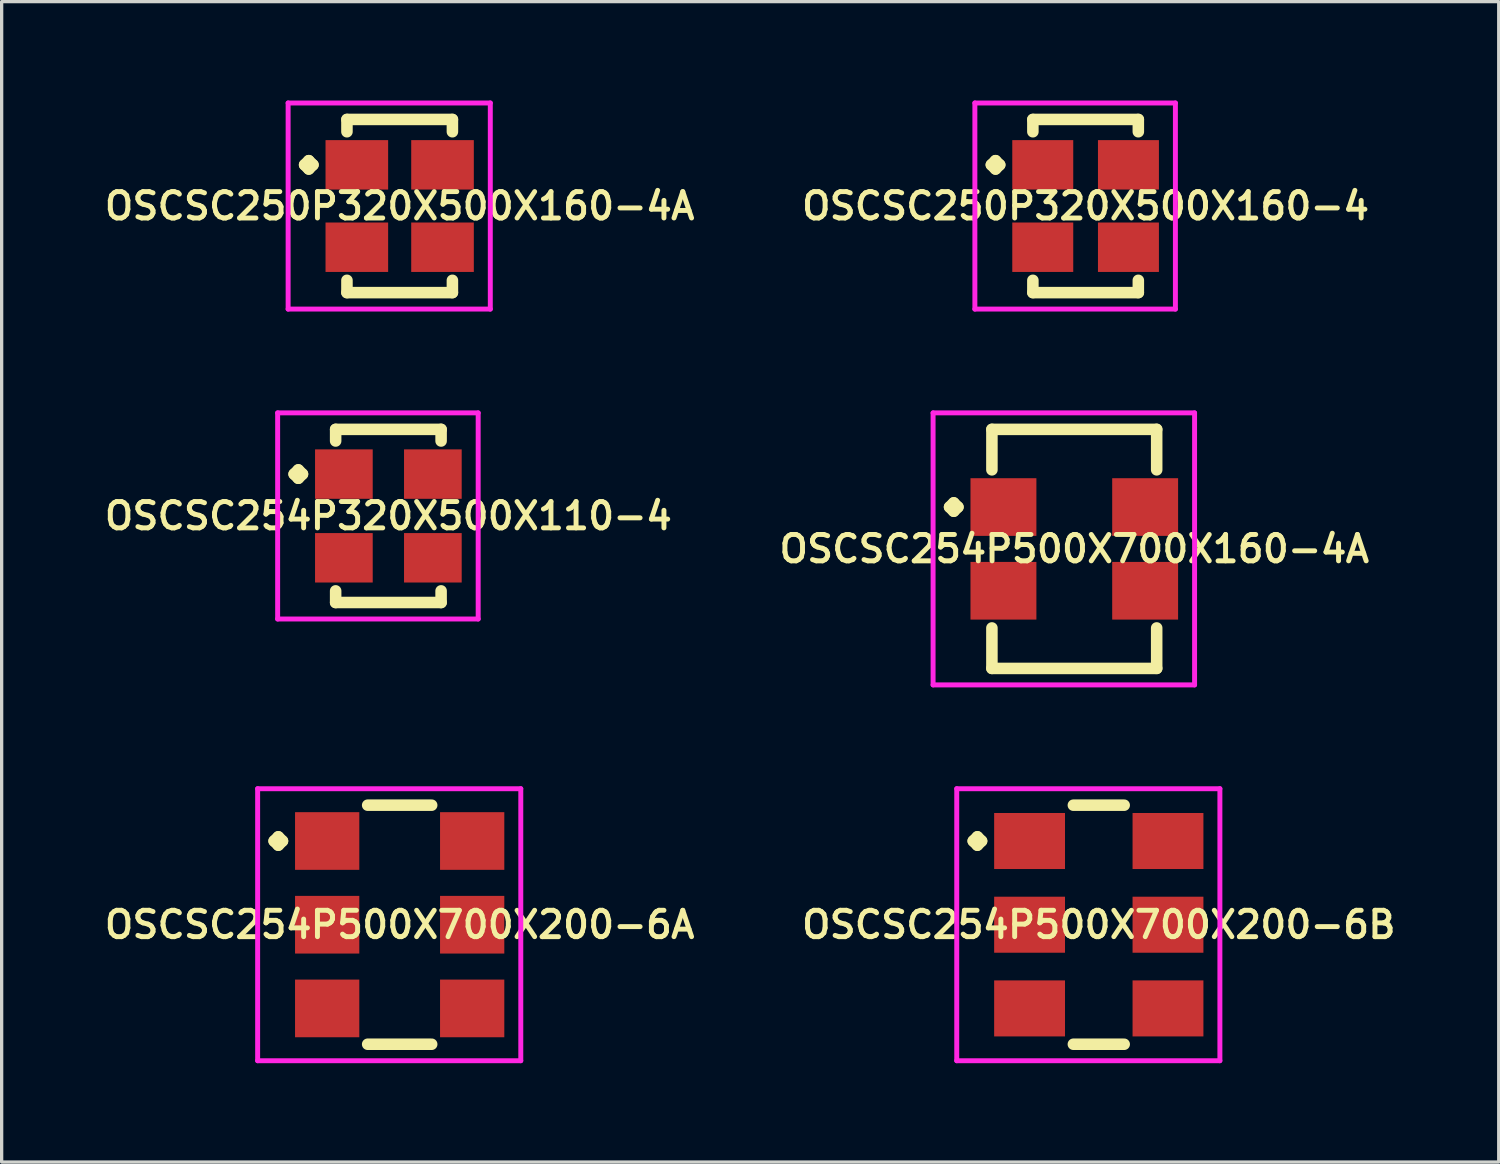
<source format=kicad_pcb>
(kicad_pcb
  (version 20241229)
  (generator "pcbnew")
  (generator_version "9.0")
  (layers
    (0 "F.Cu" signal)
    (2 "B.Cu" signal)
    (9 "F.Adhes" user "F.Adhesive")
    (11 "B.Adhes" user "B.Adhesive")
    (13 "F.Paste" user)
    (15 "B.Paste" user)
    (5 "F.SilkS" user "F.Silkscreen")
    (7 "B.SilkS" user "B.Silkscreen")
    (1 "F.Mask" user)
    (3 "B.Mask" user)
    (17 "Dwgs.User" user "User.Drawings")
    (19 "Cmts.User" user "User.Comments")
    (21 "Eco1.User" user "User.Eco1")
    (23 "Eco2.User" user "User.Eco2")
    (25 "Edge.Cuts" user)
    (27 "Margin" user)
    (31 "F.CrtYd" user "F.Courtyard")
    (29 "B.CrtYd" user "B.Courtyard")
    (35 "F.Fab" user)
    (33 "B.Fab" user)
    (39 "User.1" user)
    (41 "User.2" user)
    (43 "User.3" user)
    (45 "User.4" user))
  (footprint "OSCSC250P320X500X160-4"
    (layer "F.Cu")
    (at 29.892 3.202)
    (property "Reference" "OSCSC250P320X500X160-4" (at 0 0 0) (layer "F.SilkS") (effects (font (size 0.8 0.8) (thickness 0.15))))
    (attr smd)
    (fp_line (start -2.86 -1.25) (end -2.733 -1.377) (stroke (width 0.35) (type solid)) (layer "F.SilkS"))
    (fp_line (start -2.733 -1.377) (end -2.606 -1.25) (stroke (width 0.35) (type solid)) (layer "F.SilkS"))
    (fp_line (start -2.733 -1.123) (end -2.86 -1.25) (stroke (width 0.35) (type solid)) (layer "F.SilkS"))
    (fp_line (start -2.606 -1.25) (end -2.733 -1.123) (stroke (width 0.35) (type solid)) (layer "F.SilkS"))
    (fp_line (start -1.6 -2.627) (end 1.6 -2.627) (stroke (width 0.35) (type solid)) (layer "F.SilkS"))
    (fp_line (start -1.6 -2.254) (end -1.6 -2.627) (stroke (width 0.35) (type solid)) (layer "F.SilkS"))
    (fp_line (start -1.6 2.254) (end -1.6 2.627) (stroke (width 0.35) (type solid)) (layer "F.SilkS"))
    (fp_line (start -1.6 2.627) (end 1.6 2.627) (stroke (width 0.35) (type solid)) (layer "F.SilkS"))
    (fp_line (start 1.6 -2.627) (end 1.6 -2.254) (stroke (width 0.35) (type solid)) (layer "F.SilkS"))
    (fp_line (start 1.6 2.627) (end 1.6 2.254) (stroke (width 0.35) (type solid)) (layer "F.SilkS"))
    (fp_line (start -3.36 -3.127) (end 2.725 -3.127) (stroke (width 0.15) (type solid)) (layer "F.CrtYd"))
    (fp_line (start -3.36 3.127) (end -3.36 -3.127) (stroke (width 0.15) (type solid)) (layer "F.CrtYd"))
    (fp_line (start 2.725 -3.127) (end 2.725 3.127) (stroke (width 0.15) (type solid)) (layer "F.CrtYd"))
    (fp_line (start 2.725 3.127) (end -3.36 3.127) (stroke (width 0.15) (type solid)) (layer "F.CrtYd"))
    (pad "1" smd rect (at -1.3 -1.25) (size 1.85 1.5) (layers "F.Cu" "F.Mask" "F.Paste"))
    (pad "2" smd rect (at -1.3 1.25) (size 1.85 1.5) (layers "F.Cu" "F.Mask" "F.Paste"))
    (pad "3" smd rect (at 1.3 1.25) (size 1.85 1.5) (layers "F.Cu" "F.Mask" "F.Paste"))
    (pad "4" smd rect (at 1.3 -1.25) (size 1.85 1.5) (layers "F.Cu" "F.Mask" "F.Paste")))
  (footprint "OSCSC254P500X700X200-6A"
    (layer "F.Cu")
    (at 9.078 25.01)
    (property "Reference" "OSCSC254P500X700X200-6A" (at 0 0 0) (layer "F.SilkS") (effects (font (size 0.8 0.8) (thickness 0.15))))
    (attr smd)
    (fp_line (start -3.81 -2.54) (end -3.683 -2.667) (stroke (width 0.35) (type solid)) (layer "F.SilkS"))
    (fp_line (start -3.683 -2.667) (end -3.556 -2.54) (stroke (width 0.35) (type solid)) (layer "F.SilkS"))
    (fp_line (start -3.683 -2.413) (end -3.81 -2.54) (stroke (width 0.35) (type solid)) (layer "F.SilkS"))
    (fp_line (start -3.556 -2.54) (end -3.683 -2.413) (stroke (width 0.35) (type solid)) (layer "F.SilkS"))
    (fp_line (start -0.971 -3.627) (end 0.971 -3.627) (stroke (width 0.35) (type solid)) (layer "F.SilkS"))
    (fp_line (start -0.971 3.627) (end 0.971 3.627) (stroke (width 0.35) (type solid)) (layer "F.SilkS"))
    (fp_line (start -4.31 -4.127) (end 3.675 -4.127) (stroke (width 0.15) (type solid)) (layer "F.CrtYd"))
    (fp_line (start -4.31 4.127) (end -4.31 -4.127) (stroke (width 0.15) (type solid)) (layer "F.CrtYd"))
    (fp_line (start 3.675 -4.127) (end 3.675 4.127) (stroke (width 0.15) (type solid)) (layer "F.CrtYd"))
    (fp_line (start 3.675 4.127) (end -4.31 4.127) (stroke (width 0.15) (type solid)) (layer "F.CrtYd"))
    (pad "1" smd rect (at -2.2 -2.54) (size 1.95 1.75) (layers "F.Cu" "F.Mask" "F.Paste"))
    (pad "2" smd rect (at -2.2 0) (size 1.95 1.75) (layers "F.Cu" "F.Mask" "F.Paste"))
    (pad "3" smd rect (at -2.2 2.54) (size 1.95 1.75) (layers "F.Cu" "F.Mask" "F.Paste"))
    (pad "4" smd rect (at 2.2 2.54) (size 1.95 1.75) (layers "F.Cu" "F.Mask" "F.Paste"))
    (pad "5" smd rect (at 2.2 0) (size 1.95 1.75) (layers "F.Cu" "F.Mask" "F.Paste"))
    (pad "6" smd rect (at 2.2 -2.54) (size 1.95 1.75) (layers "F.Cu" "F.Mask" "F.Paste")))
  (footprint "OSCSC254P320X500X110-4"
    (layer "F.Cu")
    (at 8.735 12.606)
    (property "Reference" "OSCSC254P320X500X110-4" (at 0 0 0) (layer "F.SilkS") (effects (font (size 0.8 0.8) (thickness 0.15))))
    (attr smd)
    (fp_line (start -2.86 -1.27) (end -2.733 -1.397) (stroke (width 0.35) (type solid)) (layer "F.SilkS"))
    (fp_line (start -2.733 -1.397) (end -2.606 -1.27) (stroke (width 0.35) (type solid)) (layer "F.SilkS"))
    (fp_line (start -2.733 -1.143) (end -2.86 -1.27) (stroke (width 0.35) (type solid)) (layer "F.SilkS"))
    (fp_line (start -2.606 -1.27) (end -2.733 -1.143) (stroke (width 0.35) (type solid)) (layer "F.SilkS"))
    (fp_line (start -1.6 -2.627) (end 1.6 -2.627) (stroke (width 0.35) (type solid)) (layer "F.SilkS"))
    (fp_line (start -1.6 -2.274) (end -1.6 -2.627) (stroke (width 0.35) (type solid)) (layer "F.SilkS"))
    (fp_line (start -1.6 2.274) (end -1.6 2.627) (stroke (width 0.35) (type solid)) (layer "F.SilkS"))
    (fp_line (start -1.6 2.627) (end 1.6 2.627) (stroke (width 0.35) (type solid)) (layer "F.SilkS"))
    (fp_line (start 1.6 -2.627) (end 1.6 -2.274) (stroke (width 0.35) (type solid)) (layer "F.SilkS"))
    (fp_line (start 1.6 2.627) (end 1.6 2.274) (stroke (width 0.35) (type solid)) (layer "F.SilkS"))
    (fp_line (start -3.36 -3.127) (end 2.725 -3.127) (stroke (width 0.15) (type solid)) (layer "F.CrtYd"))
    (fp_line (start -3.36 3.127) (end -3.36 -3.127) (stroke (width 0.15) (type solid)) (layer "F.CrtYd"))
    (fp_line (start 2.725 -3.127) (end 2.725 3.127) (stroke (width 0.15) (type solid)) (layer "F.CrtYd"))
    (fp_line (start 2.725 3.127) (end -3.36 3.127) (stroke (width 0.15) (type solid)) (layer "F.CrtYd"))
    (pad "1" smd rect (at -1.35 -1.27) (size 1.75 1.5) (layers "F.Cu" "F.Mask" "F.Paste"))
    (pad "2" smd rect (at -1.35 1.27) (size 1.75 1.5) (layers "F.Cu" "F.Mask" "F.Paste"))
    (pad "3" smd rect (at 1.35 1.27) (size 1.75 1.5) (layers "F.Cu" "F.Mask" "F.Paste"))
    (pad "4" smd rect (at 1.35 -1.27) (size 1.75 1.5) (layers "F.Cu" "F.Mask" "F.Paste")))
  (footprint "OSCSC254P500X700X160-4A"
    (layer "F.Cu")
    (at 29.549 13.606)
    (property "Reference" "OSCSC254P500X700X160-4A" (at 0 0 0) (layer "F.SilkS") (effects (font (size 0.8 0.8) (thickness 0.15))))
    (attr smd)
    (fp_line (start -3.785 -1.27) (end -3.658 -1.397) (stroke (width 0.35) (type solid)) (layer "F.SilkS"))
    (fp_line (start -3.658 -1.397) (end -3.531 -1.27) (stroke (width 0.35) (type solid)) (layer "F.SilkS"))
    (fp_line (start -3.658 -1.143) (end -3.785 -1.27) (stroke (width 0.35) (type solid)) (layer "F.SilkS"))
    (fp_line (start -3.531 -1.27) (end -3.658 -1.143) (stroke (width 0.35) (type solid)) (layer "F.SilkS"))
    (fp_line (start -2.5 -3.627) (end 2.5 -3.627) (stroke (width 0.35) (type solid)) (layer "F.SilkS"))
    (fp_line (start -2.5 -2.399) (end -2.5 -3.627) (stroke (width 0.35) (type solid)) (layer "F.SilkS"))
    (fp_line (start -2.5 2.399) (end -2.5 3.627) (stroke (width 0.35) (type solid)) (layer "F.SilkS"))
    (fp_line (start -2.5 3.627) (end 2.5 3.627) (stroke (width 0.35) (type solid)) (layer "F.SilkS"))
    (fp_line (start 2.5 -3.627) (end 2.5 -2.399) (stroke (width 0.35) (type solid)) (layer "F.SilkS"))
    (fp_line (start 2.5 3.627) (end 2.5 2.399) (stroke (width 0.35) (type solid)) (layer "F.SilkS"))
    (fp_line (start -4.285 -4.127) (end 3.65 -4.127) (stroke (width 0.15) (type solid)) (layer "F.CrtYd"))
    (fp_line (start -4.285 4.127) (end -4.285 -4.127) (stroke (width 0.15) (type solid)) (layer "F.CrtYd"))
    (fp_line (start 3.65 -4.127) (end 3.65 4.127) (stroke (width 0.15) (type solid)) (layer "F.CrtYd"))
    (fp_line (start 3.65 4.127) (end -4.285 4.127) (stroke (width 0.15) (type solid)) (layer "F.CrtYd"))
    (pad "1" smd rect (at -2.15 -1.27) (size 2 1.75) (layers "F.Cu" "F.Mask" "F.Paste"))
    (pad "2" smd rect (at -2.15 1.27) (size 2 1.75) (layers "F.Cu" "F.Mask" "F.Paste"))
    (pad "3" smd rect (at 2.15 1.27) (size 2 1.75) (layers "F.Cu" "F.Mask" "F.Paste"))
    (pad "4" smd rect (at 2.15 -1.27) (size 2 1.75) (layers "F.Cu" "F.Mask" "F.Paste")))
  (footprint "OSCSC250P320X500X160-4A"
    (layer "F.Cu")
    (at 9.078 3.202)
    (property "Reference" "OSCSC250P320X500X160-4A" (at 0 0 0) (layer "F.SilkS") (effects (font (size 0.8 0.8) (thickness 0.15))))
    (attr smd)
    (fp_line (start -2.885 -1.25) (end -2.758 -1.377) (stroke (width 0.35) (type solid)) (layer "F.SilkS"))
    (fp_line (start -2.758 -1.377) (end -2.631 -1.25) (stroke (width 0.35) (type solid)) (layer "F.SilkS"))
    (fp_line (start -2.758 -1.123) (end -2.885 -1.25) (stroke (width 0.35) (type solid)) (layer "F.SilkS"))
    (fp_line (start -2.631 -1.25) (end -2.758 -1.123) (stroke (width 0.35) (type solid)) (layer "F.SilkS"))
    (fp_line (start -1.6 -2.627) (end 1.6 -2.627) (stroke (width 0.35) (type solid)) (layer "F.SilkS"))
    (fp_line (start -1.6 -2.254) (end -1.6 -2.627) (stroke (width 0.35) (type solid)) (layer "F.SilkS"))
    (fp_line (start -1.6 2.254) (end -1.6 2.627) (stroke (width 0.35) (type solid)) (layer "F.SilkS"))
    (fp_line (start -1.6 2.627) (end 1.6 2.627) (stroke (width 0.35) (type solid)) (layer "F.SilkS"))
    (fp_line (start 1.6 -2.627) (end 1.6 -2.254) (stroke (width 0.35) (type solid)) (layer "F.SilkS"))
    (fp_line (start 1.6 2.627) (end 1.6 2.254) (stroke (width 0.35) (type solid)) (layer "F.SilkS"))
    (fp_line (start -3.385 -3.127) (end 2.75 -3.127) (stroke (width 0.15) (type solid)) (layer "F.CrtYd"))
    (fp_line (start -3.385 3.127) (end -3.385 -3.127) (stroke (width 0.15) (type solid)) (layer "F.CrtYd"))
    (fp_line (start 2.75 -3.127) (end 2.75 3.127) (stroke (width 0.15) (type solid)) (layer "F.CrtYd"))
    (fp_line (start 2.75 3.127) (end -3.385 3.127) (stroke (width 0.15) (type solid)) (layer "F.CrtYd"))
    (pad "1" smd rect (at -1.3 -1.25) (size 1.9 1.5) (layers "F.Cu" "F.Mask" "F.Paste"))
    (pad "2" smd rect (at -1.3 1.25) (size 1.9 1.5) (layers "F.Cu" "F.Mask" "F.Paste"))
    (pad "3" smd rect (at 1.3 1.25) (size 1.9 1.5) (layers "F.Cu" "F.Mask" "F.Paste"))
    (pad "4" smd rect (at 1.3 -1.25) (size 1.9 1.5) (layers "F.Cu" "F.Mask" "F.Paste")))
  (footprint "OSCSC254P500X700X200-6B"
    (layer "F.Cu")
    (at 30.292 25.01)
    (property "Reference" "OSCSC254P500X700X200-6B" (at 0 0 0) (layer "F.SilkS") (effects (font (size 0.8 0.8) (thickness 0.15))))
    (attr smd)
    (fp_line (start -3.81 -2.54) (end -3.683 -2.667) (stroke (width 0.35) (type solid)) (layer "F.SilkS"))
    (fp_line (start -3.683 -2.667) (end -3.556 -2.54) (stroke (width 0.35) (type solid)) (layer "F.SilkS"))
    (fp_line (start -3.683 -2.413) (end -3.81 -2.54) (stroke (width 0.35) (type solid)) (layer "F.SilkS"))
    (fp_line (start -3.556 -2.54) (end -3.683 -2.413) (stroke (width 0.35) (type solid)) (layer "F.SilkS"))
    (fp_line (start -0.771 -3.627) (end 0.771 -3.627) (stroke (width 0.35) (type solid)) (layer "F.SilkS"))
    (fp_line (start -0.771 3.627) (end 0.771 3.627) (stroke (width 0.35) (type solid)) (layer "F.SilkS"))
    (fp_line (start -4.31 -4.127) (end 3.675 -4.127) (stroke (width 0.15) (type solid)) (layer "F.CrtYd"))
    (fp_line (start -4.31 4.127) (end -4.31 -4.127) (stroke (width 0.15) (type solid)) (layer "F.CrtYd"))
    (fp_line (start 3.675 -4.127) (end 3.675 4.127) (stroke (width 0.15) (type solid)) (layer "F.CrtYd"))
    (fp_line (start 3.675 4.127) (end -4.31 4.127) (stroke (width 0.15) (type solid)) (layer "F.CrtYd"))
    (pad "1" smd rect (at -2.1 -2.54) (size 2.15 1.7) (layers "F.Cu" "F.Mask" "F.Paste"))
    (pad "2" smd rect (at -2.1 0) (size 2.15 1.7) (layers "F.Cu" "F.Mask" "F.Paste"))
    (pad "3" smd rect (at -2.1 2.54) (size 2.15 1.7) (layers "F.Cu" "F.Mask" "F.Paste"))
    (pad "4" smd rect (at 2.1 2.54) (size 2.15 1.7) (layers "F.Cu" "F.Mask" "F.Paste"))
    (pad "5" smd rect (at 2.1 0) (size 2.15 1.7) (layers "F.Cu" "F.Mask" "F.Paste"))
    (pad "6" smd rect (at 2.1 -2.54) (size 2.15 1.7) (layers "F.Cu" "F.Mask" "F.Paste")))
  (gr_rect
    (start -3 -3)
    (end 42.428 32.212)
    (stroke (width 0.1) (type default))
    (fill no)
    (layer "Edge.Cuts")))
</source>
